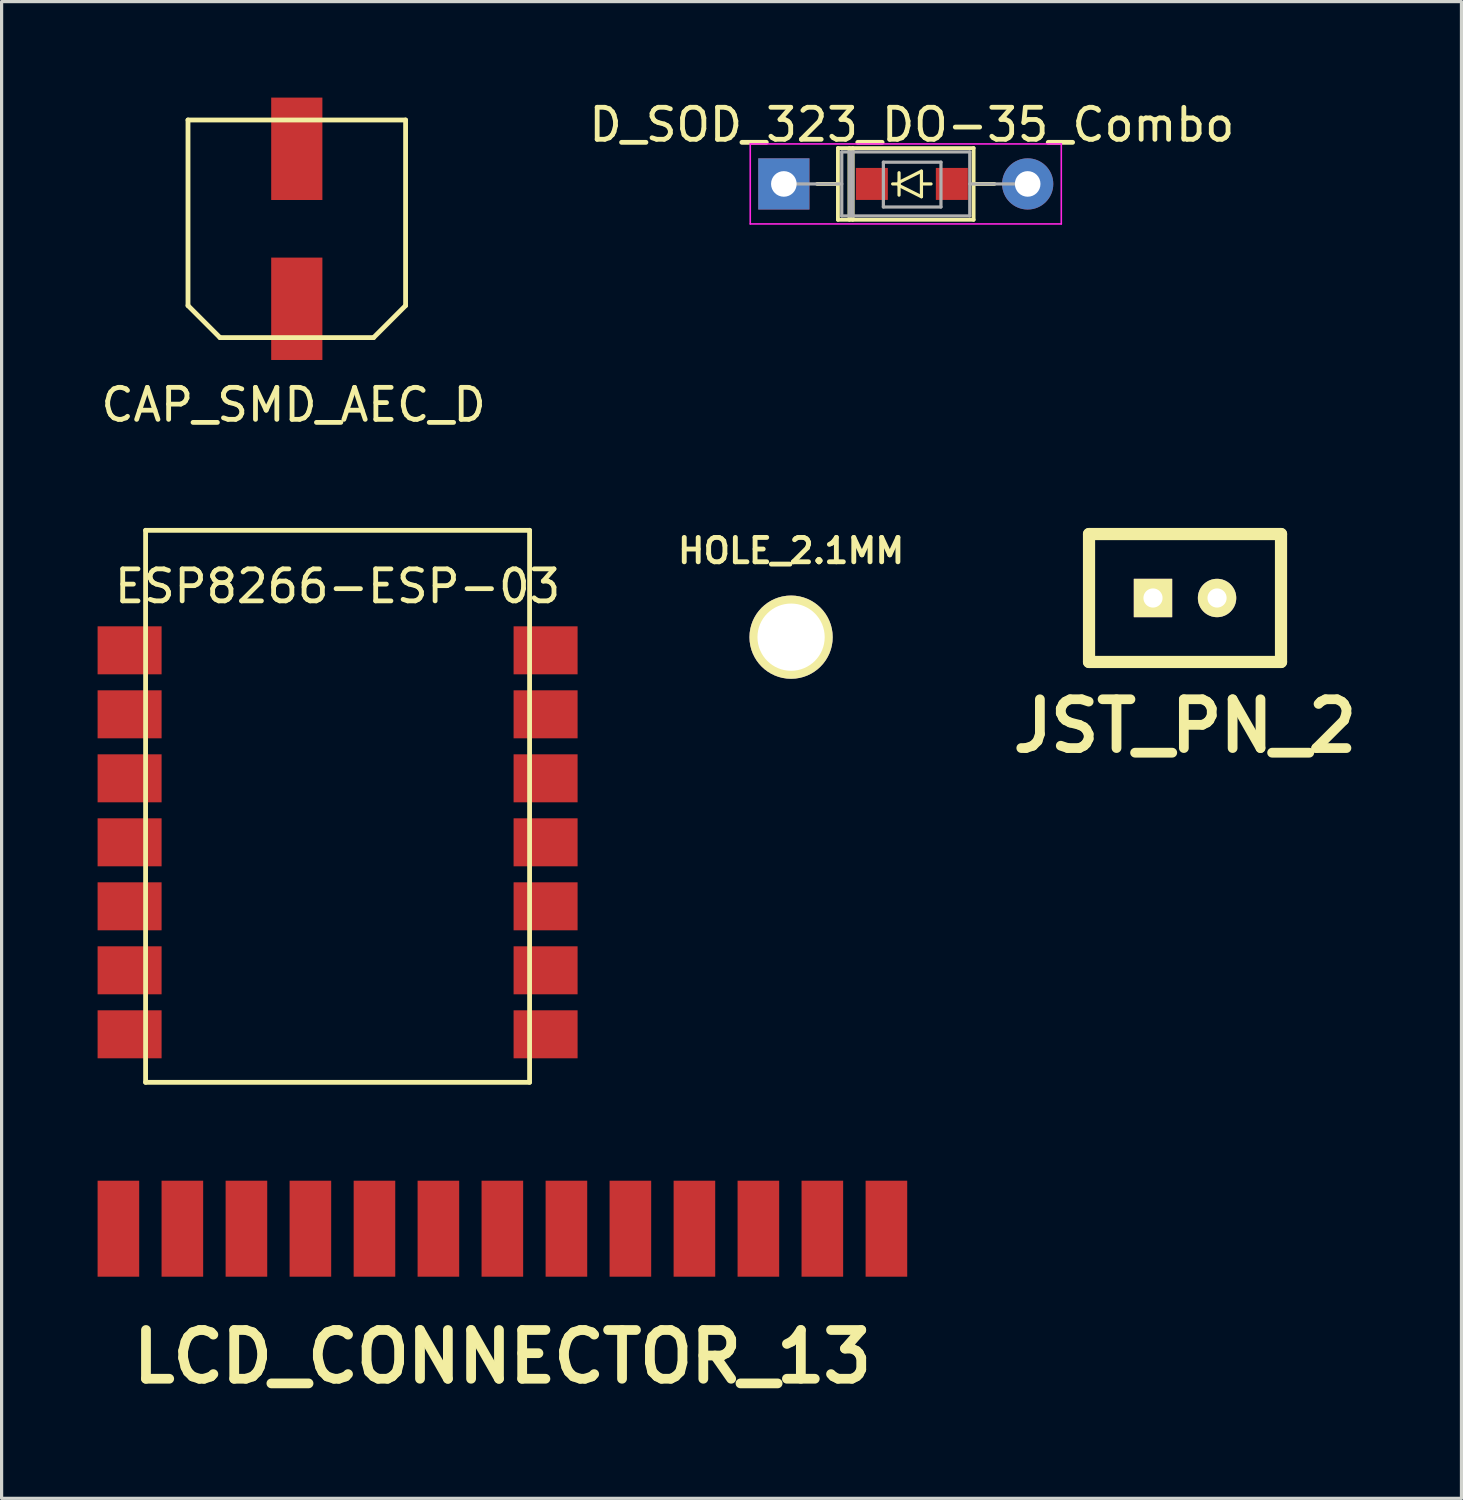
<source format=kicad_pcb>
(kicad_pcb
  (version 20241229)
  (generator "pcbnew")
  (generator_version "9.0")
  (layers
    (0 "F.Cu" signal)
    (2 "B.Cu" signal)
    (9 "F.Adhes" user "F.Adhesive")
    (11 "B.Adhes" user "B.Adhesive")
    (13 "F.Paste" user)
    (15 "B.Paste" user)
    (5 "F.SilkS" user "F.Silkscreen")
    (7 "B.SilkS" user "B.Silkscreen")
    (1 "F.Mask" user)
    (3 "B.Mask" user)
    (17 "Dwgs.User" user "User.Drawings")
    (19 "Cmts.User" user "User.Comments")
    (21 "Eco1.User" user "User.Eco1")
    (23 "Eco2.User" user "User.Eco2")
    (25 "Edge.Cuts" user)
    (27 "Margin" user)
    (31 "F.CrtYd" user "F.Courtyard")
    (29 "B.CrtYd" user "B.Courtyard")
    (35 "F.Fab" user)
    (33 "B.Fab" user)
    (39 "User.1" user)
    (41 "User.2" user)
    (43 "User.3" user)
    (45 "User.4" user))
  (footprint "JST_PN_2"
    (layer "F.Cu")
    (at 33.983 15.638)
    (property "Reference" "JST_PN_2" (at 0 4 0) (layer "F.SilkS") (effects (font (size 1.524 1.524) (thickness 0.305))))
    (attr through_hole)
    (fp_line (start -3 -1.999) (end 3 -1.999) (stroke (width 0.381) (type solid)) (layer "F.SilkS"))
    (fp_line (start -3 1.999) (end -3 -1.999) (stroke (width 0.381) (type solid)) (layer "F.SilkS"))
    (fp_line (start 3 -1.999) (end 3 1.999) (stroke (width 0.381) (type solid)) (layer "F.SilkS"))
    (fp_line (start 3 1.999) (end -3 1.999) (stroke (width 0.381) (type solid)) (layer "F.SilkS"))
    (pad "1" thru_hole rect (at -1.001 0) (size 1.199 1.199) (drill 0.599) (layers "*.Cu" "*.Mask" "F.SilkS"))
    (pad "2" thru_hole circle (at 1.001 0) (size 1.199 1.199) (drill 0.599) (layers "*.Cu" "*.Mask" "F.SilkS")))
  (footprint "D_SOD_323_DO-35_Combo"
    (layer "F.Cu")
    (at 25.446 2.698)
    (property "Reference" "D_SOD_323_DO-35_Combo" (at 0 -1.85 0) (layer "F.SilkS") (effects (font (size 1 1) (thickness 0.15))))
    (attr through_hole)
    (fp_line (start -2.96 0) (end -2.31 0) (stroke (width 0.12) (type solid)) (layer "F.SilkS"))
    (fp_line (start -2.31 -1.12) (end -2.31 1.12) (stroke (width 0.12) (type solid)) (layer "F.SilkS"))
    (fp_line (start -2.31 1.12) (end 1.93 1.12) (stroke (width 0.12) (type solid)) (layer "F.SilkS"))
    (fp_line (start -1.95 -1.12) (end -1.95 1.12) (stroke (width 0.12) (type solid)) (layer "F.SilkS"))
    (fp_line (start -1.85 -1.12) (end -1.85 1.12) (stroke (width 0.12) (type solid)) (layer "F.SilkS"))
    (fp_line (start -0.4 -0.35) (end -0.4 0.35) (stroke (width 0.1) (type solid)) (layer "F.SilkS"))
    (fp_line (start -0.4 -0.05) (end 0.3 -0.4) (stroke (width 0.1) (type solid)) (layer "F.SilkS"))
    (fp_line (start -0.4 0) (end -0.6 0) (stroke (width 0.1) (type solid)) (layer "F.SilkS"))
    (fp_line (start 0.3 -0.4) (end 0.3 0.4) (stroke (width 0.1) (type solid)) (layer "F.SilkS"))
    (fp_line (start 0.3 0.4) (end -0.4 0.05) (stroke (width 0.1) (type solid)) (layer "F.SilkS"))
    (fp_line (start 0.35 0) (end 0.6 0) (stroke (width 0.1) (type solid)) (layer "F.SilkS"))
    (fp_line (start 1.93 -1.12) (end -2.31 -1.12) (stroke (width 0.12) (type solid)) (layer "F.SilkS"))
    (fp_line (start 1.93 1.12) (end 1.93 -1.12) (stroke (width 0.12) (type solid)) (layer "F.SilkS"))
    (fp_line (start 2.58 0) (end 1.93 0) (stroke (width 0.12) (type solid)) (layer "F.SilkS"))
    (fp_line (start -5.05 -1.25) (end -5.05 1.25) (stroke (width 0.05) (type solid)) (layer "F.CrtYd"))
    (fp_line (start -5.05 1.25) (end 4.67 1.25) (stroke (width 0.05) (type solid)) (layer "F.CrtYd"))
    (fp_line (start 4.67 -1.25) (end -5.05 -1.25) (stroke (width 0.05) (type solid)) (layer "F.CrtYd"))
    (fp_line (start 4.67 1.25) (end 4.67 -1.25) (stroke (width 0.05) (type solid)) (layer "F.CrtYd"))
    (fp_line (start -4 0) (end -2.19 0) (stroke (width 0.1) (type solid)) (layer "F.Fab"))
    (fp_line (start -2.19 -1) (end -2.19 1) (stroke (width 0.1) (type solid)) (layer "F.Fab"))
    (fp_line (start -2.19 1) (end 1.81 1) (stroke (width 0.1) (type solid)) (layer "F.Fab"))
    (fp_line (start -1.95 -1) (end -1.95 1) (stroke (width 0.1) (type solid)) (layer "F.Fab"))
    (fp_line (start -1.85 -1) (end -1.85 1) (stroke (width 0.1) (type solid)) (layer "F.Fab"))
    (fp_line (start -0.89 -0.68) (end 0.91 -0.68) (stroke (width 0.1) (type solid)) (layer "F.Fab"))
    (fp_line (start -0.89 0.72) (end -0.89 -0.68) (stroke (width 0.1) (type solid)) (layer "F.Fab"))
    (fp_line (start 0.91 -0.68) (end 0.91 0.72) (stroke (width 0.1) (type solid)) (layer "F.Fab"))
    (fp_line (start 0.91 0.72) (end -0.89 0.72) (stroke (width 0.1) (type solid)) (layer "F.Fab"))
    (fp_line (start 1.81 -1) (end -2.19 -1) (stroke (width 0.1) (type solid)) (layer "F.Fab"))
    (fp_line (start 1.81 1) (end 1.81 -1) (stroke (width 0.1) (type solid)) (layer "F.Fab"))
    (fp_line (start 3.62 0) (end 1.81 0) (stroke (width 0.1) (type solid)) (layer "F.Fab"))
    (pad "1" thru_hole rect (at -4 0) (size 1.6 1.6) (drill 0.8) (layers "*.Cu" "*.Mask"))
    (pad "1" smd rect (at -1.25 0) (size 1 1) (layers "F.Cu" "F.Mask" "F.Paste"))
    (pad "2" smd rect (at 1.25 0) (size 1 1) (layers "F.Cu" "F.Mask" "F.Paste"))
    (pad "2" thru_hole oval (at 3.62 0) (size 1.6 1.6) (drill 0.8) (layers "*.Cu" "*.Mask")))
  (footprint "CAP_SMD_AEC_D"
    (layer "F.Cu")
    (at 6.225 4.1)
    (property "Reference" "CAP_SMD_AEC_D" (at -0.1 5.5 0) (layer "F.SilkS") (effects (font (size 1 1) (thickness 0.15))))
    (attr through_hole)
    (fp_line (start -3.4 -3.4) (end 3.4 -3.4) (stroke (width 0.15) (type solid)) (layer "F.SilkS"))
    (fp_line (start -3.4 2.4) (end -3.4 -3.4) (stroke (width 0.15) (type solid)) (layer "F.SilkS"))
    (fp_line (start -2.4 3.4) (end -3.4 2.4) (stroke (width 0.15) (type solid)) (layer "F.SilkS"))
    (fp_line (start 2.4 3.4) (end -2.4 3.4) (stroke (width 0.15) (type solid)) (layer "F.SilkS"))
    (fp_line (start 2.4 3.4) (end 3.4 2.4) (stroke (width 0.15) (type solid)) (layer "F.SilkS"))
    (fp_line (start 3.4 -3.4) (end 3.4 2.4) (stroke (width 0.15) (type solid)) (layer "F.SilkS"))
    (pad "1" smd rect (at 0 2.5) (size 1.6 3.2) (layers "F.Cu" "F.Mask" "F.Paste"))
    (pad "2" smd rect (at 0 -2.5) (size 1.6 3.2) (layers "F.Cu" "F.Mask" "F.Paste")))
  (footprint "LCD_CONNECTOR_13"
    (layer "F.Cu")
    (at 12.652 35.348)
    (property "Reference" "LCD_CONNECTOR_13" (at 0 4 0) (layer "F.SilkS") (effects (font (size 1.524 1.524) (thickness 0.305))))
    (attr through_hole)
    (pad "1" smd rect (at -12.002 0) (size 1.3 3) (layers "F.Cu" "F.Mask" "F.Paste"))
    (pad "2" smd rect (at -10.003 0) (size 1.3 3) (layers "F.Cu" "F.Mask" "F.Paste"))
    (pad "3" smd rect (at -8.001 0) (size 1.3 3) (layers "F.Cu" "F.Mask" "F.Paste"))
    (pad "4" smd rect (at -6.002 0) (size 1.3 3) (layers "F.Cu" "F.Mask" "F.Paste"))
    (pad "5" smd rect (at -4 0) (size 1.3 3) (layers "F.Cu" "F.Mask" "F.Paste"))
    (pad "6" smd rect (at -2.002 0) (size 1.3 3) (layers "F.Cu" "F.Mask" "F.Paste"))
    (pad "7" smd rect (at -0.003 0) (size 1.3 3) (layers "F.Cu" "F.Mask" "F.Paste"))
    (pad "8" smd rect (at 1.999 0) (size 1.3 3) (layers "F.Cu" "F.Mask" "F.Paste"))
    (pad "9" smd rect (at 3.998 0) (size 1.3 3) (layers "F.Cu" "F.Mask" "F.Paste"))
    (pad "10" smd rect (at 5.999 0) (size 1.3 3) (layers "F.Cu" "F.Mask" "F.Paste"))
    (pad "11" smd rect (at 7.998 0) (size 1.3 3) (layers "F.Cu" "F.Mask" "F.Paste"))
    (pad "12" smd rect (at 9.997 0) (size 1.3 3) (layers "F.Cu" "F.Mask" "F.Paste"))
    (pad "13" smd rect (at 11.999 0) (size 1.3 3) (layers "F.Cu" "F.Mask" "F.Paste")))
  (footprint "ESP8266-ESP-03"
    (layer "F.Cu")
    (at 14 29.273)
    (property "Reference" "ESP8266-ESP-03" (at -6.5 -14 0) (layer "F.SilkS") (effects (font (size 1 1) (thickness 0.15))))
    (attr through_hole)
    (fp_line (start -12.5 -15.75) (end -12.5 1.5) (stroke (width 0.15) (type solid)) (layer "F.SilkS"))
    (fp_line (start -12.5 1.5) (end -0.5 1.5) (stroke (width 0.15) (type solid)) (layer "F.SilkS"))
    (fp_line (start -0.5 -15.75) (end -12.5 -15.75) (stroke (width 0.15) (type solid)) (layer "F.SilkS"))
    (fp_line (start -0.5 1.5) (end -0.5 -15.75) (stroke (width 0.15) (type solid)) (layer "F.SilkS"))
    (pad "1" smd rect (at 0 0) (size 2 1.5) (layers "F.Cu" "F.Mask" "F.Paste"))
    (pad "2" smd rect (at 0 -2) (size 2 1.5) (layers "F.Cu" "F.Mask" "F.Paste"))
    (pad "3" smd rect (at 0 -4) (size 2 1.5) (layers "F.Cu" "F.Mask" "F.Paste"))
    (pad "4" smd rect (at 0 -6) (size 2 1.5) (layers "F.Cu" "F.Mask" "F.Paste"))
    (pad "5" smd rect (at 0 -8) (size 2 1.5) (layers "F.Cu" "F.Mask" "F.Paste"))
    (pad "6" smd rect (at 0 -10) (size 2 1.5) (layers "F.Cu" "F.Mask" "F.Paste"))
    (pad "7" smd rect (at 0 -12) (size 2 1.5) (layers "F.Cu" "F.Mask" "F.Paste"))
    (pad "8" smd rect (at -13 -12) (size 2 1.5) (layers "F.Cu" "F.Mask" "F.Paste"))
    (pad "9" smd rect (at -13 -10) (size 2 1.5) (layers "F.Cu" "F.Mask" "F.Paste"))
    (pad "10" smd rect (at -13 -8) (size 2 1.5) (layers "F.Cu" "F.Mask" "F.Paste"))
    (pad "11" smd rect (at -13 -6) (size 2 1.5) (layers "F.Cu" "F.Mask" "F.Paste"))
    (pad "12" smd rect (at -13 -4) (size 2 1.5) (layers "F.Cu" "F.Mask" "F.Paste"))
    (pad "13" smd rect (at -13 -2) (size 2 1.5) (layers "F.Cu" "F.Mask" "F.Paste"))
    (pad "14" smd rect (at -13 0) (size 2 1.5) (layers "F.Cu" "F.Mask" "F.Paste")))
  (footprint "HOLE_2.1MM"
    (layer "F.Cu")
    (at 21.672 16.862)
    (property "Reference" "HOLE_2.1MM" (at 0 -2.7 0) (layer "F.SilkS") (effects (font (size 0.762 0.762) (thickness 0.152))))
    (attr through_hole)
    (pad "" thru_hole circle (at 0 0) (size 2.601 2.601) (drill 2.101) (layers "*.Cu" "*.Mask" "F.SilkS")))
  (gr_rect
    (start -3 -3)
    (end 42.622 43.775)
    (stroke (width 0.1) (type default))
    (fill no)
    (layer "Edge.Cuts")))
</source>
